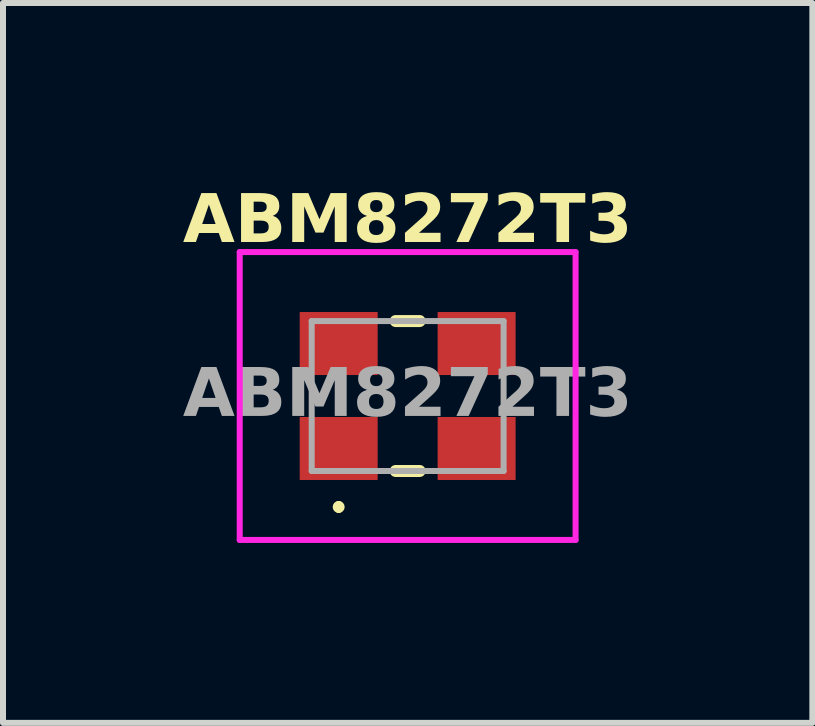
<source format=kicad_pcb>
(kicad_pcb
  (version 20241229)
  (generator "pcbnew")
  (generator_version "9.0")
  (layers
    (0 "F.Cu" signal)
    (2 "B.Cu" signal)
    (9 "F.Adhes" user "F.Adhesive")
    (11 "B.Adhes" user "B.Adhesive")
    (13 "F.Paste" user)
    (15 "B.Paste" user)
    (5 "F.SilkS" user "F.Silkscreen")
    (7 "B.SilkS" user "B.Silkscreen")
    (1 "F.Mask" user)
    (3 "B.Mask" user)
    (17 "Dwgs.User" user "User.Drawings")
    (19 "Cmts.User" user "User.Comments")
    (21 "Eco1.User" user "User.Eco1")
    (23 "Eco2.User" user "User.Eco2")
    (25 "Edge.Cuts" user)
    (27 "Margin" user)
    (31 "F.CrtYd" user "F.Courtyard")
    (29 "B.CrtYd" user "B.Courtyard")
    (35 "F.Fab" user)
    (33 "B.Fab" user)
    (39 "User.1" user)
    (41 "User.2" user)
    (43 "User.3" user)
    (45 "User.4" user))
  (footprint "ABM8272T3"
    (layer "F.Cu")
    (at 3.747 3.553)
    (property "Reference" "ABM8272T3" (at 0 -2.9 0) (layer "F.SilkS") (effects (font (face "JetBrains Mono SemiBold") (size 0.8 0.8) (thickness 0.1))))
    (attr smd)
    (fp_line (start -1.15 1.8) (end -1.15 1.8) (stroke (width 0.1) (type solid)) (layer "F.SilkS"))
    (fp_line (start -1.15 1.9) (end -1.15 1.9) (stroke (width 0.1) (type solid)) (layer "F.SilkS"))
    (fp_line (start -0.2 -1.25) (end 0.2 -1.25) (stroke (width 0.2) (type solid)) (layer "F.SilkS"))
    (fp_line (start -0.2 1.25) (end 0.2 1.25) (stroke (width 0.2) (type solid)) (layer "F.SilkS"))
    (fp_arc (start -1.15 1.8) (mid -1.1 1.85) (end -1.15 1.9) (stroke (width 0.1) (type solid)) (layer "F.SilkS"))
    (fp_arc (start -1.15 1.9) (mid -1.2 1.85) (end -1.15 1.8) (stroke (width 0.1) (type solid)) (layer "F.SilkS"))
    (fp_line (start -2.8 -2.4) (end 2.8 -2.4) (stroke (width 0.1) (type solid)) (layer "F.CrtYd"))
    (fp_line (start -2.8 2.4) (end -2.8 -2.4) (stroke (width 0.1) (type solid)) (layer "F.CrtYd"))
    (fp_line (start 2.8 -2.4) (end 2.8 2.4) (stroke (width 0.1) (type solid)) (layer "F.CrtYd"))
    (fp_line (start 2.8 2.4) (end -2.8 2.4) (stroke (width 0.1) (type solid)) (layer "F.CrtYd"))
    (fp_line (start -1.6 -1.25) (end 1.6 -1.25) (stroke (width 0.1) (type solid)) (layer "F.Fab"))
    (fp_line (start -1.6 1.25) (end -1.6 -1.25) (stroke (width 0.1) (type solid)) (layer "F.Fab"))
    (fp_line (start 1.6 -1.25) (end 1.6 1.25) (stroke (width 0.1) (type solid)) (layer "F.Fab"))
    (fp_line (start 1.6 1.25) (end -1.6 1.25) (stroke (width 0.1) (type solid)) (layer "F.Fab"))
    (fp_text user "${REFERENCE}" (at 0 0 0) (layer "F.Fab") (effects (font (face "JetBrains Mono SemiBold") (size 0.8 0.8) (thickness 0.1))))
    (pad "1" smd rect (at -1.15 0.875 90) (size 1.05 1.3) (layers "F.Cu" "F.Mask" "F.Paste"))
    (pad "2" smd rect (at 1.15 0.875 90) (size 1.05 1.3) (layers "F.Cu" "F.Mask" "F.Paste"))
    (pad "3" smd rect (at 1.15 -0.875 90) (size 1.05 1.3) (layers "F.Cu" "F.Mask" "F.Paste"))
    (pad "4" smd rect (at -1.15 -0.875 90) (size 1.05 1.3) (layers "F.Cu" "F.Mask" "F.Paste")))
  (gr_rect
    (start -3 -3)
    (end 10.495 9.003)
    (stroke (width 0.1) (type default))
    (fill no)
    (layer "Edge.Cuts")))
</source>
